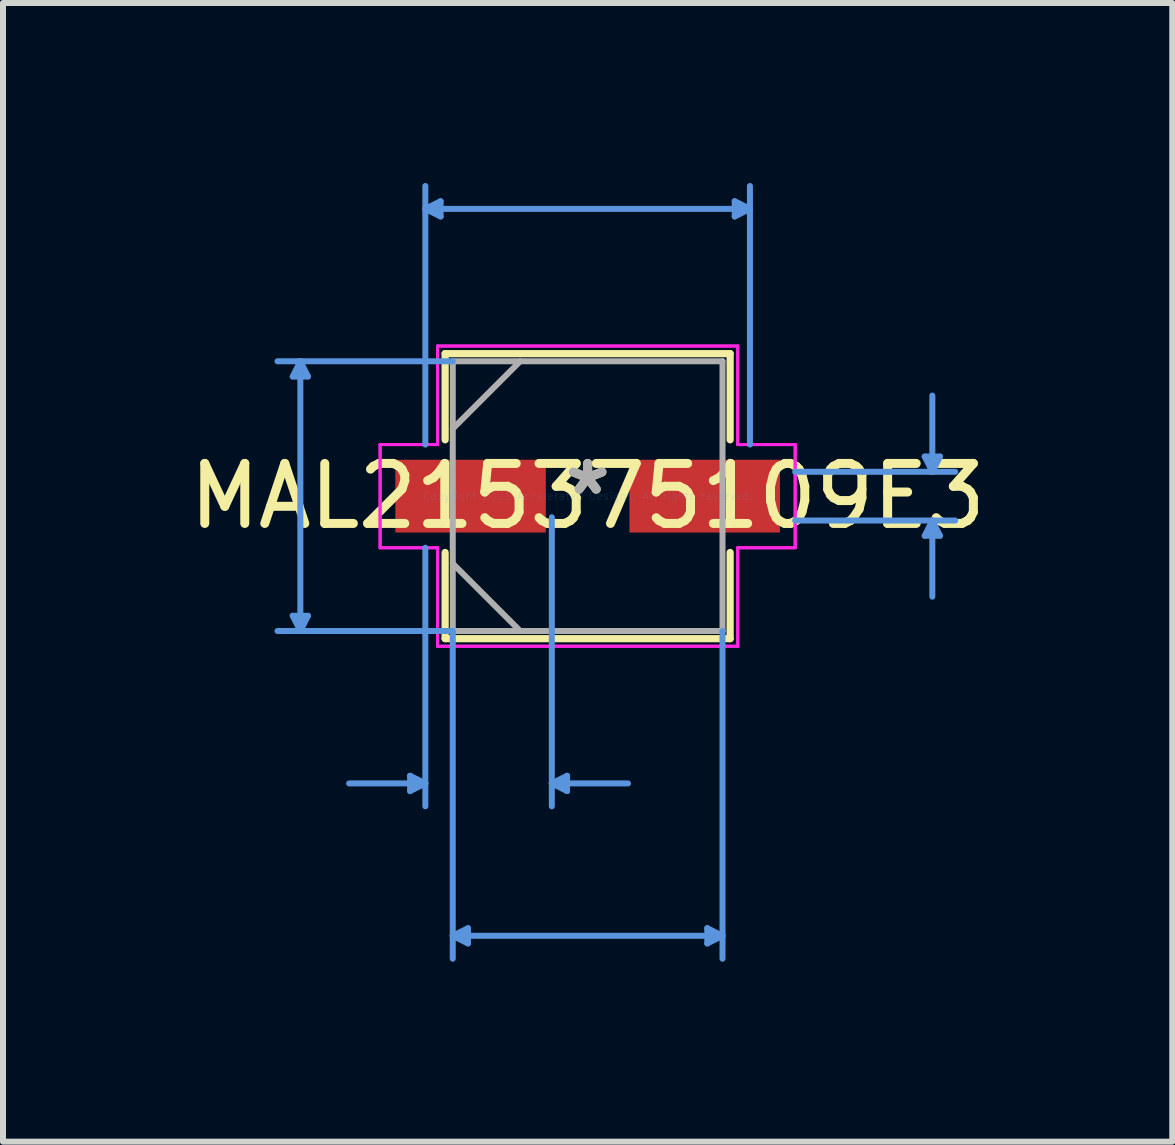
<source format=kicad_pcb>
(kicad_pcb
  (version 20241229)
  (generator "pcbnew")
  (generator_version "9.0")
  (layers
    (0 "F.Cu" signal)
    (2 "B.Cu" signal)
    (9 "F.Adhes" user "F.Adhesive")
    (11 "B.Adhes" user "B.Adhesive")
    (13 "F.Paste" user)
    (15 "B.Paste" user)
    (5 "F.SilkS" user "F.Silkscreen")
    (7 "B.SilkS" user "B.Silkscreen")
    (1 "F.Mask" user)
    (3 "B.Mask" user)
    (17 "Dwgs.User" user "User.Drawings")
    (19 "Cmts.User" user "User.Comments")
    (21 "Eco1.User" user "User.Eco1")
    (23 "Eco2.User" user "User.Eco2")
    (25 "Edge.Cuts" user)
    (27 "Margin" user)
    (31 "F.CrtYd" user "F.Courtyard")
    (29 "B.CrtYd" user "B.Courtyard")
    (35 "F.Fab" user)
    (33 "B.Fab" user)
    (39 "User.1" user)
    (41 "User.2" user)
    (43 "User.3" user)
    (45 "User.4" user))
  (footprint "MAL215375109E3"
    (layer "F.Cu")
    (at 6.744 5.219)
    (property "Reference" "MAL215375109E3" (at 0 0 0) (layer "F.SilkS") (effects (font (size 1 1) (thickness 0.15))))
    (attr through_hole)
    (fp_line (start -2.375 -2.375) (end -2.375 -0.939) (stroke (width 0.12) (type solid)) (layer "F.SilkS"))
    (fp_line (start -2.375 0.939) (end -2.375 2.375) (stroke (width 0.12) (type solid)) (layer "F.SilkS"))
    (fp_line (start -2.375 2.375) (end 2.375 2.375) (stroke (width 0.12) (type solid)) (layer "F.SilkS"))
    (fp_line (start 2.375 -2.375) (end -2.375 -2.375) (stroke (width 0.12) (type solid)) (layer "F.SilkS"))
    (fp_line (start 2.375 -0.939) (end 2.375 -2.375) (stroke (width 0.12) (type solid)) (layer "F.SilkS"))
    (fp_line (start 2.375 2.375) (end 2.375 0.939) (stroke (width 0.12) (type solid)) (layer "F.SilkS"))
    (fp_line (start -4.915 -1.994) (end -4.661 -1.994) (stroke (width 0.1) (type solid)) (layer "Cmts.User"))
    (fp_line (start -4.915 1.994) (end -4.661 1.994) (stroke (width 0.1) (type solid)) (layer "Cmts.User"))
    (fp_line (start -4.788 -2.248) (end -4.915 -1.994) (stroke (width 0.1) (type solid)) (layer "Cmts.User"))
    (fp_line (start -4.788 -2.248) (end -4.788 2.248) (stroke (width 0.1) (type solid)) (layer "Cmts.User"))
    (fp_line (start -4.788 -2.248) (end -4.661 -1.994) (stroke (width 0.1) (type solid)) (layer "Cmts.User"))
    (fp_line (start -4.788 2.248) (end -4.915 1.994) (stroke (width 0.1) (type solid)) (layer "Cmts.User"))
    (fp_line (start -4.788 2.248) (end -4.661 1.994) (stroke (width 0.1) (type solid)) (layer "Cmts.User"))
    (fp_line (start -2.959 4.661) (end -2.959 4.915) (stroke (width 0.1) (type solid)) (layer "Cmts.User"))
    (fp_line (start -2.705 -4.788) (end -2.451 -4.915) (stroke (width 0.1) (type solid)) (layer "Cmts.User"))
    (fp_line (start -2.705 -4.788) (end -2.451 -4.661) (stroke (width 0.1) (type solid)) (layer "Cmts.User"))
    (fp_line (start -2.705 -4.788) (end 2.705 -4.788) (stroke (width 0.1) (type solid)) (layer "Cmts.User"))
    (fp_line (start -2.705 -0.86) (end -2.705 -5.169) (stroke (width 0.1) (type solid)) (layer "Cmts.User"))
    (fp_line (start -2.705 0.86) (end -2.705 5.169) (stroke (width 0.1) (type solid)) (layer "Cmts.User"))
    (fp_line (start -2.705 4.788) (end -3.975 4.788) (stroke (width 0.1) (type solid)) (layer "Cmts.User"))
    (fp_line (start -2.705 4.788) (end -2.959 4.661) (stroke (width 0.1) (type solid)) (layer "Cmts.User"))
    (fp_line (start -2.705 4.788) (end -2.959 4.915) (stroke (width 0.1) (type solid)) (layer "Cmts.User"))
    (fp_line (start -2.451 -4.915) (end -2.451 -4.661) (stroke (width 0.1) (type solid)) (layer "Cmts.User"))
    (fp_line (start -2.248 -2.248) (end -5.169 -2.248) (stroke (width 0.1) (type solid)) (layer "Cmts.User"))
    (fp_line (start -2.248 2.248) (end -5.169 2.248) (stroke (width 0.1) (type solid)) (layer "Cmts.User"))
    (fp_line (start -2.248 2.248) (end -2.248 7.709) (stroke (width 0.1) (type solid)) (layer "Cmts.User"))
    (fp_line (start -2.248 7.328) (end -1.994 7.201) (stroke (width 0.1) (type solid)) (layer "Cmts.User"))
    (fp_line (start -2.248 7.328) (end -1.994 7.455) (stroke (width 0.1) (type solid)) (layer "Cmts.User"))
    (fp_line (start -2.248 7.328) (end 2.248 7.328) (stroke (width 0.1) (type solid)) (layer "Cmts.User"))
    (fp_line (start -1.994 7.201) (end -1.994 7.455) (stroke (width 0.1) (type solid)) (layer "Cmts.User"))
    (fp_line (start -0.597 0.352) (end -0.597 5.169) (stroke (width 0.1) (type solid)) (layer "Cmts.User"))
    (fp_line (start -0.597 4.788) (end -0.343 4.661) (stroke (width 0.1) (type solid)) (layer "Cmts.User"))
    (fp_line (start -0.597 4.788) (end -0.343 4.915) (stroke (width 0.1) (type solid)) (layer "Cmts.User"))
    (fp_line (start -0.597 4.788) (end 0.673 4.788) (stroke (width 0.1) (type solid)) (layer "Cmts.User"))
    (fp_line (start -0.343 4.661) (end -0.343 4.915) (stroke (width 0.1) (type solid)) (layer "Cmts.User"))
    (fp_line (start 1.994 7.201) (end 1.994 7.455) (stroke (width 0.1) (type solid)) (layer "Cmts.User"))
    (fp_line (start 2.248 2.248) (end 2.248 7.709) (stroke (width 0.1) (type solid)) (layer "Cmts.User"))
    (fp_line (start 2.248 7.328) (end 1.994 7.201) (stroke (width 0.1) (type solid)) (layer "Cmts.User"))
    (fp_line (start 2.248 7.328) (end 1.994 7.455) (stroke (width 0.1) (type solid)) (layer "Cmts.User"))
    (fp_line (start 2.451 -4.915) (end 2.451 -4.661) (stroke (width 0.1) (type solid)) (layer "Cmts.User"))
    (fp_line (start 2.705 -4.788) (end 2.451 -4.915) (stroke (width 0.1) (type solid)) (layer "Cmts.User"))
    (fp_line (start 2.705 -4.788) (end 2.451 -4.661) (stroke (width 0.1) (type solid)) (layer "Cmts.User"))
    (fp_line (start 2.705 -0.86) (end 2.705 -5.169) (stroke (width 0.1) (type solid)) (layer "Cmts.User"))
    (fp_line (start 3.459 -0.406) (end 6.126 -0.406) (stroke (width 0.1) (type solid)) (layer "Cmts.User"))
    (fp_line (start 3.459 0.406) (end 6.126 0.406) (stroke (width 0.1) (type solid)) (layer "Cmts.User"))
    (fp_line (start 5.618 -0.66) (end 5.872 -0.66) (stroke (width 0.1) (type solid)) (layer "Cmts.User"))
    (fp_line (start 5.618 0.66) (end 5.872 0.66) (stroke (width 0.1) (type solid)) (layer "Cmts.User"))
    (fp_line (start 5.745 -0.406) (end 5.618 -0.66) (stroke (width 0.1) (type solid)) (layer "Cmts.User"))
    (fp_line (start 5.745 -0.406) (end 5.745 -1.676) (stroke (width 0.1) (type solid)) (layer "Cmts.User"))
    (fp_line (start 5.745 -0.406) (end 5.872 -0.66) (stroke (width 0.1) (type solid)) (layer "Cmts.User"))
    (fp_line (start 5.745 0.406) (end 5.618 0.66) (stroke (width 0.1) (type solid)) (layer "Cmts.User"))
    (fp_line (start 5.745 0.406) (end 5.745 1.676) (stroke (width 0.1) (type solid)) (layer "Cmts.User"))
    (fp_line (start 5.745 0.406) (end 5.872 0.66) (stroke (width 0.1) (type solid)) (layer "Cmts.User"))
    (fp_line (start -3.459 -0.86) (end -2.502 -0.86) (stroke (width 0.05) (type solid)) (layer "F.CrtYd"))
    (fp_line (start -3.459 -0.86) (end -2.502 -0.86) (stroke (width 0.05) (type solid)) (layer "F.CrtYd"))
    (fp_line (start -3.459 0.86) (end -3.459 -0.86) (stroke (width 0.05) (type solid)) (layer "F.CrtYd"))
    (fp_line (start -3.459 0.86) (end -3.459 -0.86) (stroke (width 0.05) (type solid)) (layer "F.CrtYd"))
    (fp_line (start -2.502 -2.502) (end 2.502 -2.502) (stroke (width 0.05) (type solid)) (layer "F.CrtYd"))
    (fp_line (start -2.502 -2.502) (end 2.502 -2.502) (stroke (width 0.05) (type solid)) (layer "F.CrtYd"))
    (fp_line (start -2.502 -0.86) (end -2.502 -2.502) (stroke (width 0.05) (type solid)) (layer "F.CrtYd"))
    (fp_line (start -2.502 -0.86) (end -2.502 -2.502) (stroke (width 0.05) (type solid)) (layer "F.CrtYd"))
    (fp_line (start -2.502 0.86) (end -3.459 0.86) (stroke (width 0.05) (type solid)) (layer "F.CrtYd"))
    (fp_line (start -2.502 0.86) (end -3.459 0.86) (stroke (width 0.05) (type solid)) (layer "F.CrtYd"))
    (fp_line (start -2.502 2.502) (end -2.502 0.86) (stroke (width 0.05) (type solid)) (layer "F.CrtYd"))
    (fp_line (start -2.502 2.502) (end -2.502 0.86) (stroke (width 0.05) (type solid)) (layer "F.CrtYd"))
    (fp_line (start 2.502 -2.502) (end 2.502 -0.86) (stroke (width 0.05) (type solid)) (layer "F.CrtYd"))
    (fp_line (start 2.502 -2.502) (end 2.502 -0.86) (stroke (width 0.05) (type solid)) (layer "F.CrtYd"))
    (fp_line (start 2.502 -0.86) (end 3.459 -0.86) (stroke (width 0.05) (type solid)) (layer "F.CrtYd"))
    (fp_line (start 2.502 -0.86) (end 3.459 -0.86) (stroke (width 0.05) (type solid)) (layer "F.CrtYd"))
    (fp_line (start 2.502 0.86) (end 2.502 2.502) (stroke (width 0.05) (type solid)) (layer "F.CrtYd"))
    (fp_line (start 2.502 0.86) (end 2.502 2.502) (stroke (width 0.05) (type solid)) (layer "F.CrtYd"))
    (fp_line (start 2.502 2.502) (end -2.502 2.502) (stroke (width 0.05) (type solid)) (layer "F.CrtYd"))
    (fp_line (start 2.502 2.502) (end -2.502 2.502) (stroke (width 0.05) (type solid)) (layer "F.CrtYd"))
    (fp_line (start 3.459 -0.86) (end 3.459 0.86) (stroke (width 0.05) (type solid)) (layer "F.CrtYd"))
    (fp_line (start 3.459 -0.86) (end 3.459 0.86) (stroke (width 0.05) (type solid)) (layer "F.CrtYd"))
    (fp_line (start 3.459 0.86) (end 2.502 0.86) (stroke (width 0.05) (type solid)) (layer "F.CrtYd"))
    (fp_line (start 3.459 0.86) (end 2.502 0.86) (stroke (width 0.05) (type solid)) (layer "F.CrtYd"))
    (fp_line (start -2.248 -2.248) (end -2.248 2.248) (stroke (width 0.1) (type solid)) (layer "F.Fab"))
    (fp_line (start -2.248 -1.124) (end -1.124 -2.248) (stroke (width 0.1) (type solid)) (layer "F.Fab"))
    (fp_line (start -2.248 1.124) (end -1.124 2.248) (stroke (width 0.1) (type solid)) (layer "F.Fab"))
    (fp_line (start -2.248 2.248) (end 2.248 2.248) (stroke (width 0.1) (type solid)) (layer "F.Fab"))
    (fp_line (start 2.248 -2.248) (end -2.248 -2.248) (stroke (width 0.1) (type solid)) (layer "F.Fab"))
    (fp_line (start 2.248 2.248) (end 2.248 -2.248) (stroke (width 0.1) (type solid)) (layer "F.Fab"))
    (fp_text user "*" (at 0 0 0) (layer "F.SilkS") (effects (font (size 1 1) (thickness 0.15))))
    (fp_text user "Copyright 2021 Accelerated Designs. All rights reserved." (at 0 0 0) (layer "Cmts.User") (effects (font (size 0.127 0.127) (thickness 0.002))))
    (fp_text user "*" (at 0 0 0) (layer "F.Fab") (effects (font (size 1 1) (thickness 0.15))))
    (pad "1" smd rect (at -1.951 0) (size 2.508 1.213) (layers "F.Cu" "F.Mask" "F.Paste"))
    (pad "2" smd rect (at 1.951 0) (size 2.508 1.213) (layers "F.Cu" "F.Mask" "F.Paste")))
  (gr_rect
    (start -3 -3)
    (end 16.488 15.978)
    (stroke (width 0.1) (type default))
    (fill no)
    (layer "Edge.Cuts")))
</source>
